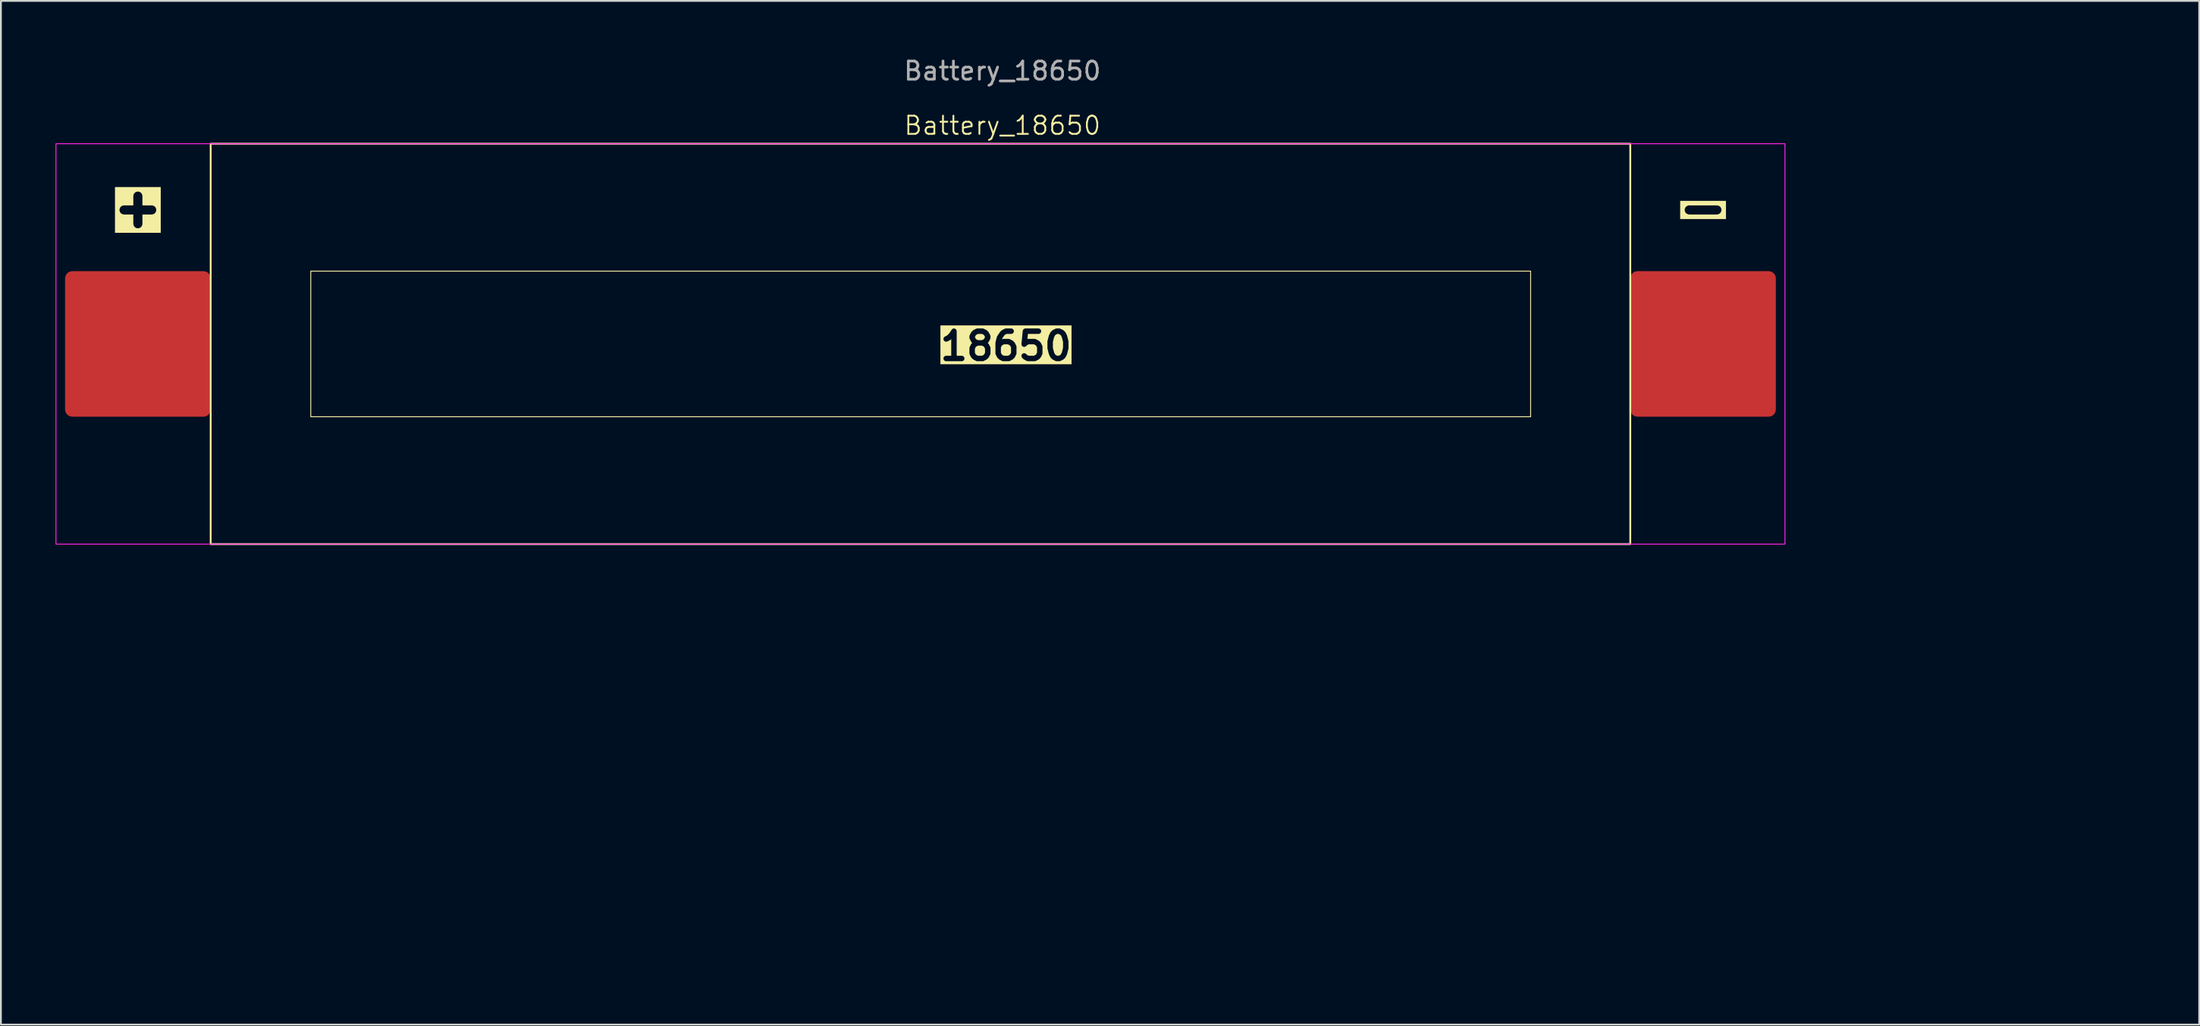
<source format=kicad_pcb>
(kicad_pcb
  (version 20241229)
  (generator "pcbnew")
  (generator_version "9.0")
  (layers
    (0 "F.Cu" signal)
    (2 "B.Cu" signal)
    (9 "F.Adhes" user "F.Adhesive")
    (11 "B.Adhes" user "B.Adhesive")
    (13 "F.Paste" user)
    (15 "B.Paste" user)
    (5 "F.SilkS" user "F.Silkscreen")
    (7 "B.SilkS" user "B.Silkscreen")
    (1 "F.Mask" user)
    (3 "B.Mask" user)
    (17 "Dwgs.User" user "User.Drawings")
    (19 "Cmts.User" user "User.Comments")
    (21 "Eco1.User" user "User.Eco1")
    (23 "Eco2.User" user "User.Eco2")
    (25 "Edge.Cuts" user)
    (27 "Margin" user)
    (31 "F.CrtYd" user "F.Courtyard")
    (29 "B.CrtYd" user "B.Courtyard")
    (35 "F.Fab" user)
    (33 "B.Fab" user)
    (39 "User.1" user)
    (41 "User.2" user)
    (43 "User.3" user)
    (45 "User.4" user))
  (footprint "Battery_18650"
    (layer "F.Cu")
    (at 52.025 15.848)
    (property "Reference" "Battery_18650" (at 0 -12 0) (unlocked yes) (layer "F.SilkS") (effects (font (size 1 1) (thickness 0.1))))
    (attr smd)
    (fp_rect (start -43.5 -11) (end 34.5 11) (stroke (width 0.1) (type default)) (fill no) (layer "F.SilkS"))
    (fp_rect (start -38 -4) (end 29.025 4) (stroke (width 0.05) (type default)) (fill no) (layer "F.SilkS"))
    (fp_rect (start -52 -11) (end 43 11) (stroke (width 0.05) (type default)) (fill no) (layer "F.CrtYd"))
    (fp_text user "-" (at 38.5 -7.5 0) (unlocked yes) (layer "F.SilkS" knockout) (effects (font (size 2 2) (thickness 0.5) (bold yes))))
    (fp_text user "+" (at -47.5 -7.5 0) (unlocked yes) (layer "F.SilkS" knockout) (effects (font (size 2 2) (thickness 0.5) (bold yes))))
    (fp_text user "          18650          " (at -15 1 0) (unlocked yes) (layer "F.SilkS" knockout) (effects (font (size 1.5 1.5) (thickness 0.3) (bold yes)) (justify left bottom)))
    (fp_text user "${REFERENCE}" (at 0 -15 0) (unlocked yes) (layer "F.Fab") (effects (font (size 1 1) (thickness 0.15))))
    (dimension (type aligned) (layer "User.1") (pts (xy 96.025 4.848) (xy 96.025 26.848)) (height -15) (format (prefix "") (suffix "") (units 3) (units_format 1) (precision 4)) (style (thickness 0.01) (arrow_length 1.27) (text_position_mode 0) (arrow_direction outward) (extension_height 0.586) (extension_offset 0.5) (keep_text_aligned yes)) (gr_text "22.0000 mm" (at 109.925 15.848 90) (layer "User.1") (effects (font (size 1 1) (thickness 0.1)))))
    (dimension (type aligned) (layer "User.1") (pts (xy 8.525 26.848) (xy 86.525 26.848)) (height 22.809) (format (prefix "") (suffix "") (units 3) (units_format 1) (precision 4)) (style (thickness 0.01) (arrow_length 1.27) (text_position_mode 0) (arrow_direction outward) (extension_height 0.586) (extension_offset 0.5) (keep_text_aligned yes)) (gr_text "78.0000 mm" (at 47.525 48.557 0) (layer "User.1") (effects (font (size 1 1) (thickness 0.1)))))
    (pad "1" smd roundrect (at -47.5 0) (size 8 8) (layers "F.Cu" "F.Mask" "F.Paste") (roundrect_rratio 0.05))
    (pad "2" smd roundrect (at 38.5 0) (size 8 8) (layers "F.Cu" "F.Mask" "F.Paste") (roundrect_rratio 0.05)))
  (gr_rect
    (start -3 -3)
    (end 117.785 53.249)
    (stroke (width 0.1) (type default))
    (fill no)
    (layer "Edge.Cuts")))
</source>
